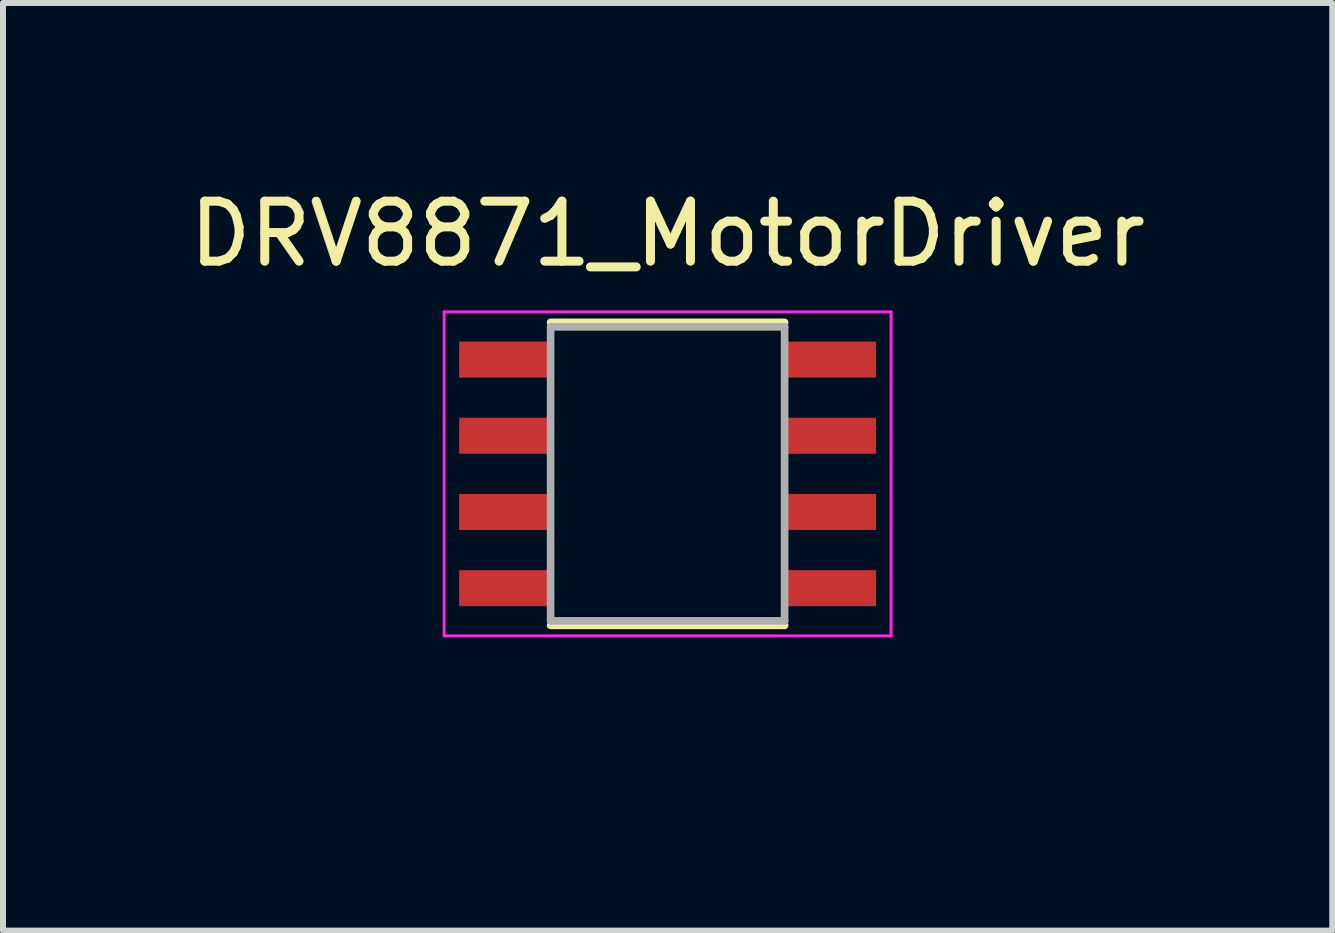
<source format=kicad_pcb>
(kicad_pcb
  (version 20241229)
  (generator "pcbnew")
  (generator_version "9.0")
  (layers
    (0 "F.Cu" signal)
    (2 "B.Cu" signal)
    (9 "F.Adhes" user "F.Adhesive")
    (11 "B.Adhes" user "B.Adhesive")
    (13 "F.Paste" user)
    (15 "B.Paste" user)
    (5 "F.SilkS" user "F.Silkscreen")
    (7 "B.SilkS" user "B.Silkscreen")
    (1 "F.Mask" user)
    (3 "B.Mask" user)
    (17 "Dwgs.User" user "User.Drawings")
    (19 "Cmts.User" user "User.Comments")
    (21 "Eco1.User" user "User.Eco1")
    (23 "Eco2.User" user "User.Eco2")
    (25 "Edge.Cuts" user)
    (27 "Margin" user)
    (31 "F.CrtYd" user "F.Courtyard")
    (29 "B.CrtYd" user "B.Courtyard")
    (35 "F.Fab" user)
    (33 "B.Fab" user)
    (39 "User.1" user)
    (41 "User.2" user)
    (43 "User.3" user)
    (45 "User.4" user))
  (footprint "DRV8871_MotorDriver"
    (layer "F.Cu")
    (at 8.077 4.848)
    (property "Reference" "DRV8871_MotorDriver" (at 0 -4 0) (layer "F.SilkS") (effects (font (size 1 1) (thickness 0.15))))
    (attr through_hole)
    (fp_poly (pts (xy -1.905 -1.535) (xy -3.495 -1.535) (xy -3.498 -1.535) (xy -3.5 -1.535) (xy -3.503 -1.536) (xy -3.505 -1.536) (xy -3.508 -1.537) (xy -3.51 -1.537) (xy -3.513 -1.538) (xy -3.515 -1.539) (xy -3.518 -1.54) (xy -3.52 -1.542) (xy -3.522 -1.543) (xy -3.524 -1.545) (xy -3.526 -1.546) (xy -3.528 -1.548) (xy -3.53 -1.55) (xy -3.532 -1.552) (xy -3.534 -1.554) (xy -3.535 -1.556) (xy -3.537 -1.558) (xy -3.538 -1.56) (xy -3.54 -1.562) (xy -3.541 -1.565) (xy -3.542 -1.567) (xy -3.543 -1.57) (xy -3.543 -1.572) (xy -3.544 -1.575) (xy -3.544 -1.577) (xy -3.545 -1.58) (xy -3.545 -1.582) (xy -3.545 -1.585) (xy -3.545 -2.225) (xy -3.545 -2.228) (xy -3.545 -2.23) (xy -3.544 -2.233) (xy -3.544 -2.235) (xy -3.543 -2.238) (xy -3.543 -2.24) (xy -3.542 -2.243) (xy -3.541 -2.245) (xy -3.54 -2.248) (xy -3.538 -2.25) (xy -3.537 -2.252) (xy -3.535 -2.254) (xy -3.534 -2.256) (xy -3.532 -2.258) (xy -3.53 -2.26) (xy -3.528 -2.262) (xy -3.526 -2.264) (xy -3.524 -2.265) (xy -3.522 -2.267) (xy -3.52 -2.268) (xy -3.518 -2.27) (xy -3.515 -2.271) (xy -3.513 -2.272) (xy -3.51 -2.273) (xy -3.508 -2.273) (xy -3.505 -2.274) (xy -3.503 -2.274) (xy -3.5 -2.275) (xy -3.498 -2.275) (xy -3.495 -2.275) (xy -1.905 -2.275) (xy -1.902 -2.275) (xy -1.9 -2.275) (xy -1.897 -2.274) (xy -1.895 -2.274) (xy -1.892 -2.273) (xy -1.89 -2.273) (xy -1.887 -2.272) (xy -1.885 -2.271) (xy -1.882 -2.27) (xy -1.88 -2.268) (xy -1.878 -2.267) (xy -1.876 -2.265) (xy -1.874 -2.264) (xy -1.872 -2.262) (xy -1.87 -2.26) (xy -1.868 -2.258) (xy -1.866 -2.256) (xy -1.865 -2.254) (xy -1.863 -2.252) (xy -1.862 -2.25) (xy -1.86 -2.248) (xy -1.859 -2.245) (xy -1.858 -2.243) (xy -1.857 -2.24) (xy -1.857 -2.238) (xy -1.856 -2.235) (xy -1.856 -2.233) (xy -1.855 -2.23) (xy -1.855 -2.228) (xy -1.855 -2.225) (xy -1.855 -1.585) (xy -1.855 -1.582) (xy -1.855 -1.58) (xy -1.856 -1.577) (xy -1.856 -1.575) (xy -1.857 -1.572) (xy -1.857 -1.57) (xy -1.858 -1.567) (xy -1.859 -1.565) (xy -1.86 -1.562) (xy -1.862 -1.56) (xy -1.863 -1.558) (xy -1.865 -1.556) (xy -1.866 -1.554) (xy -1.868 -1.552) (xy -1.87 -1.55) (xy -1.872 -1.548) (xy -1.874 -1.546) (xy -1.876 -1.545) (xy -1.878 -1.543) (xy -1.88 -1.542) (xy -1.882 -1.54) (xy -1.885 -1.539) (xy -1.887 -1.538) (xy -1.89 -1.537) (xy -1.892 -1.537) (xy -1.895 -1.536) (xy -1.897 -1.536) (xy -1.9 -1.535) (xy -1.902 -1.535) (xy -1.905 -1.535)) (stroke (width 0.01) (type solid)) (fill yes) (layer "F.Mask"))
    (fp_poly (pts (xy -1.905 -0.265) (xy -3.495 -0.265) (xy -3.498 -0.265) (xy -3.5 -0.265) (xy -3.503 -0.266) (xy -3.505 -0.266) (xy -3.508 -0.267) (xy -3.51 -0.267) (xy -3.513 -0.268) (xy -3.515 -0.269) (xy -3.518 -0.27) (xy -3.52 -0.272) (xy -3.522 -0.273) (xy -3.524 -0.275) (xy -3.526 -0.276) (xy -3.528 -0.278) (xy -3.53 -0.28) (xy -3.532 -0.282) (xy -3.534 -0.284) (xy -3.535 -0.286) (xy -3.537 -0.288) (xy -3.538 -0.29) (xy -3.54 -0.292) (xy -3.541 -0.295) (xy -3.542 -0.297) (xy -3.543 -0.3) (xy -3.543 -0.302) (xy -3.544 -0.305) (xy -3.544 -0.307) (xy -3.545 -0.31) (xy -3.545 -0.312) (xy -3.545 -0.315) (xy -3.545 -0.955) (xy -3.545 -0.958) (xy -3.545 -0.96) (xy -3.544 -0.963) (xy -3.544 -0.965) (xy -3.543 -0.968) (xy -3.543 -0.97) (xy -3.542 -0.973) (xy -3.541 -0.975) (xy -3.54 -0.978) (xy -3.538 -0.98) (xy -3.537 -0.982) (xy -3.535 -0.984) (xy -3.534 -0.986) (xy -3.532 -0.988) (xy -3.53 -0.99) (xy -3.528 -0.992) (xy -3.526 -0.994) (xy -3.524 -0.995) (xy -3.522 -0.997) (xy -3.52 -0.998) (xy -3.518 -1) (xy -3.515 -1.001) (xy -3.513 -1.002) (xy -3.51 -1.003) (xy -3.508 -1.003) (xy -3.505 -1.004) (xy -3.503 -1.004) (xy -3.5 -1.005) (xy -3.498 -1.005) (xy -3.495 -1.005) (xy -1.905 -1.005) (xy -1.902 -1.005) (xy -1.9 -1.005) (xy -1.897 -1.004) (xy -1.895 -1.004) (xy -1.892 -1.003) (xy -1.89 -1.003) (xy -1.887 -1.002) (xy -1.885 -1.001) (xy -1.882 -1) (xy -1.88 -0.998) (xy -1.878 -0.997) (xy -1.876 -0.995) (xy -1.874 -0.994) (xy -1.872 -0.992) (xy -1.87 -0.99) (xy -1.868 -0.988) (xy -1.866 -0.986) (xy -1.865 -0.984) (xy -1.863 -0.982) (xy -1.862 -0.98) (xy -1.86 -0.978) (xy -1.859 -0.975) (xy -1.858 -0.973) (xy -1.857 -0.97) (xy -1.857 -0.968) (xy -1.856 -0.965) (xy -1.856 -0.963) (xy -1.855 -0.96) (xy -1.855 -0.958) (xy -1.855 -0.955) (xy -1.855 -0.315) (xy -1.855 -0.312) (xy -1.855 -0.31) (xy -1.856 -0.307) (xy -1.856 -0.305) (xy -1.857 -0.302) (xy -1.857 -0.3) (xy -1.858 -0.297) (xy -1.859 -0.295) (xy -1.86 -0.292) (xy -1.862 -0.29) (xy -1.863 -0.288) (xy -1.865 -0.286) (xy -1.866 -0.284) (xy -1.868 -0.282) (xy -1.87 -0.28) (xy -1.872 -0.278) (xy -1.874 -0.276) (xy -1.876 -0.275) (xy -1.878 -0.273) (xy -1.88 -0.272) (xy -1.882 -0.27) (xy -1.885 -0.269) (xy -1.887 -0.268) (xy -1.89 -0.267) (xy -1.892 -0.267) (xy -1.895 -0.266) (xy -1.897 -0.266) (xy -1.9 -0.265) (xy -1.902 -0.265) (xy -1.905 -0.265)) (stroke (width 0.01) (type solid)) (fill yes) (layer "F.Mask"))
    (fp_poly (pts (xy -1.905 1.005) (xy -3.495 1.005) (xy -3.498 1.005) (xy -3.5 1.005) (xy -3.503 1.004) (xy -3.505 1.004) (xy -3.508 1.003) (xy -3.51 1.003) (xy -3.513 1.002) (xy -3.515 1.001) (xy -3.518 1) (xy -3.52 0.998) (xy -3.522 0.997) (xy -3.524 0.995) (xy -3.526 0.994) (xy -3.528 0.992) (xy -3.53 0.99) (xy -3.532 0.988) (xy -3.534 0.986) (xy -3.535 0.984) (xy -3.537 0.982) (xy -3.538 0.98) (xy -3.54 0.978) (xy -3.541 0.975) (xy -3.542 0.973) (xy -3.543 0.97) (xy -3.543 0.968) (xy -3.544 0.965) (xy -3.544 0.963) (xy -3.545 0.96) (xy -3.545 0.958) (xy -3.545 0.955) (xy -3.545 0.315) (xy -3.545 0.312) (xy -3.545 0.31) (xy -3.544 0.307) (xy -3.544 0.305) (xy -3.543 0.302) (xy -3.543 0.3) (xy -3.542 0.297) (xy -3.541 0.295) (xy -3.54 0.292) (xy -3.538 0.29) (xy -3.537 0.288) (xy -3.535 0.286) (xy -3.534 0.284) (xy -3.532 0.282) (xy -3.53 0.28) (xy -3.528 0.278) (xy -3.526 0.276) (xy -3.524 0.275) (xy -3.522 0.273) (xy -3.52 0.272) (xy -3.518 0.27) (xy -3.515 0.269) (xy -3.513 0.268) (xy -3.51 0.267) (xy -3.508 0.267) (xy -3.505 0.266) (xy -3.503 0.266) (xy -3.5 0.265) (xy -3.498 0.265) (xy -3.495 0.265) (xy -1.905 0.265) (xy -1.902 0.265) (xy -1.9 0.265) (xy -1.897 0.266) (xy -1.895 0.266) (xy -1.892 0.267) (xy -1.89 0.267) (xy -1.887 0.268) (xy -1.885 0.269) (xy -1.882 0.27) (xy -1.88 0.272) (xy -1.878 0.273) (xy -1.876 0.275) (xy -1.874 0.276) (xy -1.872 0.278) (xy -1.87 0.28) (xy -1.868 0.282) (xy -1.866 0.284) (xy -1.865 0.286) (xy -1.863 0.288) (xy -1.862 0.29) (xy -1.86 0.292) (xy -1.859 0.295) (xy -1.858 0.297) (xy -1.857 0.3) (xy -1.857 0.302) (xy -1.856 0.305) (xy -1.856 0.307) (xy -1.855 0.31) (xy -1.855 0.312) (xy -1.855 0.315) (xy -1.855 0.955) (xy -1.855 0.958) (xy -1.855 0.96) (xy -1.856 0.963) (xy -1.856 0.965) (xy -1.857 0.968) (xy -1.857 0.97) (xy -1.858 0.973) (xy -1.859 0.975) (xy -1.86 0.978) (xy -1.862 0.98) (xy -1.863 0.982) (xy -1.865 0.984) (xy -1.866 0.986) (xy -1.868 0.988) (xy -1.87 0.99) (xy -1.872 0.992) (xy -1.874 0.994) (xy -1.876 0.995) (xy -1.878 0.997) (xy -1.88 0.998) (xy -1.882 1) (xy -1.885 1.001) (xy -1.887 1.002) (xy -1.89 1.003) (xy -1.892 1.003) (xy -1.895 1.004) (xy -1.897 1.004) (xy -1.9 1.005) (xy -1.902 1.005) (xy -1.905 1.005)) (stroke (width 0.01) (type solid)) (fill yes) (layer "F.Mask"))
    (fp_poly (pts (xy -1.905 2.275) (xy -3.495 2.275) (xy -3.498 2.275) (xy -3.5 2.275) (xy -3.503 2.274) (xy -3.505 2.274) (xy -3.508 2.273) (xy -3.51 2.273) (xy -3.513 2.272) (xy -3.515 2.271) (xy -3.518 2.27) (xy -3.52 2.268) (xy -3.522 2.267) (xy -3.524 2.265) (xy -3.526 2.264) (xy -3.528 2.262) (xy -3.53 2.26) (xy -3.532 2.258) (xy -3.534 2.256) (xy -3.535 2.254) (xy -3.537 2.252) (xy -3.538 2.25) (xy -3.54 2.248) (xy -3.541 2.245) (xy -3.542 2.243) (xy -3.543 2.24) (xy -3.543 2.238) (xy -3.544 2.235) (xy -3.544 2.233) (xy -3.545 2.23) (xy -3.545 2.228) (xy -3.545 2.225) (xy -3.545 1.585) (xy -3.545 1.582) (xy -3.545 1.58) (xy -3.544 1.577) (xy -3.544 1.575) (xy -3.543 1.572) (xy -3.543 1.57) (xy -3.542 1.567) (xy -3.541 1.565) (xy -3.54 1.562) (xy -3.538 1.56) (xy -3.537 1.558) (xy -3.535 1.556) (xy -3.534 1.554) (xy -3.532 1.552) (xy -3.53 1.55) (xy -3.528 1.548) (xy -3.526 1.546) (xy -3.524 1.545) (xy -3.522 1.543) (xy -3.52 1.542) (xy -3.518 1.54) (xy -3.515 1.539) (xy -3.513 1.538) (xy -3.51 1.537) (xy -3.508 1.537) (xy -3.505 1.536) (xy -3.503 1.536) (xy -3.5 1.535) (xy -3.498 1.535) (xy -3.495 1.535) (xy -1.905 1.535) (xy -1.902 1.535) (xy -1.9 1.535) (xy -1.897 1.536) (xy -1.895 1.536) (xy -1.892 1.537) (xy -1.89 1.537) (xy -1.887 1.538) (xy -1.885 1.539) (xy -1.882 1.54) (xy -1.88 1.542) (xy -1.878 1.543) (xy -1.876 1.545) (xy -1.874 1.546) (xy -1.872 1.548) (xy -1.87 1.55) (xy -1.868 1.552) (xy -1.866 1.554) (xy -1.865 1.556) (xy -1.863 1.558) (xy -1.862 1.56) (xy -1.86 1.562) (xy -1.859 1.565) (xy -1.858 1.567) (xy -1.857 1.57) (xy -1.857 1.572) (xy -1.856 1.575) (xy -1.856 1.577) (xy -1.855 1.58) (xy -1.855 1.582) (xy -1.855 1.585) (xy -1.855 2.225) (xy -1.855 2.228) (xy -1.855 2.23) (xy -1.856 2.233) (xy -1.856 2.235) (xy -1.857 2.238) (xy -1.857 2.24) (xy -1.858 2.243) (xy -1.859 2.245) (xy -1.86 2.248) (xy -1.862 2.25) (xy -1.863 2.252) (xy -1.865 2.254) (xy -1.866 2.256) (xy -1.868 2.258) (xy -1.87 2.26) (xy -1.872 2.262) (xy -1.874 2.264) (xy -1.876 2.265) (xy -1.878 2.267) (xy -1.88 2.268) (xy -1.882 2.27) (xy -1.885 2.271) (xy -1.887 2.272) (xy -1.89 2.273) (xy -1.892 2.273) (xy -1.895 2.274) (xy -1.897 2.274) (xy -1.9 2.275) (xy -1.902 2.275) (xy -1.905 2.275)) (stroke (width 0.01) (type solid)) (fill yes) (layer "F.Mask"))
    (fp_poly (pts (xy 3.495 -1.535) (xy 1.905 -1.535) (xy 1.902 -1.535) (xy 1.9 -1.535) (xy 1.897 -1.536) (xy 1.895 -1.536) (xy 1.892 -1.537) (xy 1.89 -1.537) (xy 1.887 -1.538) (xy 1.885 -1.539) (xy 1.882 -1.54) (xy 1.88 -1.542) (xy 1.878 -1.543) (xy 1.876 -1.545) (xy 1.874 -1.546) (xy 1.872 -1.548) (xy 1.87 -1.55) (xy 1.868 -1.552) (xy 1.866 -1.554) (xy 1.865 -1.556) (xy 1.863 -1.558) (xy 1.862 -1.56) (xy 1.86 -1.562) (xy 1.859 -1.565) (xy 1.858 -1.567) (xy 1.857 -1.57) (xy 1.857 -1.572) (xy 1.856 -1.575) (xy 1.856 -1.577) (xy 1.855 -1.58) (xy 1.855 -1.582) (xy 1.855 -1.585) (xy 1.855 -2.225) (xy 1.855 -2.228) (xy 1.855 -2.23) (xy 1.856 -2.233) (xy 1.856 -2.235) (xy 1.857 -2.238) (xy 1.857 -2.24) (xy 1.858 -2.243) (xy 1.859 -2.245) (xy 1.86 -2.248) (xy 1.862 -2.25) (xy 1.863 -2.252) (xy 1.865 -2.254) (xy 1.866 -2.256) (xy 1.868 -2.258) (xy 1.87 -2.26) (xy 1.872 -2.262) (xy 1.874 -2.264) (xy 1.876 -2.265) (xy 1.878 -2.267) (xy 1.88 -2.268) (xy 1.882 -2.27) (xy 1.885 -2.271) (xy 1.887 -2.272) (xy 1.89 -2.273) (xy 1.892 -2.273) (xy 1.895 -2.274) (xy 1.897 -2.274) (xy 1.9 -2.275) (xy 1.902 -2.275) (xy 1.905 -2.275) (xy 3.495 -2.275) (xy 3.498 -2.275) (xy 3.5 -2.275) (xy 3.503 -2.274) (xy 3.505 -2.274) (xy 3.508 -2.273) (xy 3.51 -2.273) (xy 3.513 -2.272) (xy 3.515 -2.271) (xy 3.518 -2.27) (xy 3.52 -2.268) (xy 3.522 -2.267) (xy 3.524 -2.265) (xy 3.526 -2.264) (xy 3.528 -2.262) (xy 3.53 -2.26) (xy 3.532 -2.258) (xy 3.534 -2.256) (xy 3.535 -2.254) (xy 3.537 -2.252) (xy 3.538 -2.25) (xy 3.54 -2.248) (xy 3.541 -2.245) (xy 3.542 -2.243) (xy 3.543 -2.24) (xy 3.543 -2.238) (xy 3.544 -2.235) (xy 3.544 -2.233) (xy 3.545 -2.23) (xy 3.545 -2.228) (xy 3.545 -2.225) (xy 3.545 -1.585) (xy 3.545 -1.582) (xy 3.545 -1.58) (xy 3.544 -1.577) (xy 3.544 -1.575) (xy 3.543 -1.572) (xy 3.543 -1.57) (xy 3.542 -1.567) (xy 3.541 -1.565) (xy 3.54 -1.562) (xy 3.538 -1.56) (xy 3.537 -1.558) (xy 3.535 -1.556) (xy 3.534 -1.554) (xy 3.532 -1.552) (xy 3.53 -1.55) (xy 3.528 -1.548) (xy 3.526 -1.546) (xy 3.524 -1.545) (xy 3.522 -1.543) (xy 3.52 -1.542) (xy 3.518 -1.54) (xy 3.515 -1.539) (xy 3.513 -1.538) (xy 3.51 -1.537) (xy 3.508 -1.537) (xy 3.505 -1.536) (xy 3.503 -1.536) (xy 3.5 -1.535) (xy 3.498 -1.535) (xy 3.495 -1.535)) (stroke (width 0.01) (type solid)) (fill yes) (layer "F.Mask"))
    (fp_poly (pts (xy 3.495 -0.265) (xy 1.905 -0.265) (xy 1.902 -0.265) (xy 1.9 -0.265) (xy 1.897 -0.266) (xy 1.895 -0.266) (xy 1.892 -0.267) (xy 1.89 -0.267) (xy 1.887 -0.268) (xy 1.885 -0.269) (xy 1.882 -0.27) (xy 1.88 -0.272) (xy 1.878 -0.273) (xy 1.876 -0.275) (xy 1.874 -0.276) (xy 1.872 -0.278) (xy 1.87 -0.28) (xy 1.868 -0.282) (xy 1.866 -0.284) (xy 1.865 -0.286) (xy 1.863 -0.288) (xy 1.862 -0.29) (xy 1.86 -0.292) (xy 1.859 -0.295) (xy 1.858 -0.297) (xy 1.857 -0.3) (xy 1.857 -0.302) (xy 1.856 -0.305) (xy 1.856 -0.307) (xy 1.855 -0.31) (xy 1.855 -0.312) (xy 1.855 -0.315) (xy 1.855 -0.955) (xy 1.855 -0.958) (xy 1.855 -0.96) (xy 1.856 -0.963) (xy 1.856 -0.965) (xy 1.857 -0.968) (xy 1.857 -0.97) (xy 1.858 -0.973) (xy 1.859 -0.975) (xy 1.86 -0.978) (xy 1.862 -0.98) (xy 1.863 -0.982) (xy 1.865 -0.984) (xy 1.866 -0.986) (xy 1.868 -0.988) (xy 1.87 -0.99) (xy 1.872 -0.992) (xy 1.874 -0.994) (xy 1.876 -0.995) (xy 1.878 -0.997) (xy 1.88 -0.998) (xy 1.882 -1) (xy 1.885 -1.001) (xy 1.887 -1.002) (xy 1.89 -1.003) (xy 1.892 -1.003) (xy 1.895 -1.004) (xy 1.897 -1.004) (xy 1.9 -1.005) (xy 1.902 -1.005) (xy 1.905 -1.005) (xy 3.495 -1.005) (xy 3.498 -1.005) (xy 3.5 -1.005) (xy 3.503 -1.004) (xy 3.505 -1.004) (xy 3.508 -1.003) (xy 3.51 -1.003) (xy 3.513 -1.002) (xy 3.515 -1.001) (xy 3.518 -1) (xy 3.52 -0.998) (xy 3.522 -0.997) (xy 3.524 -0.995) (xy 3.526 -0.994) (xy 3.528 -0.992) (xy 3.53 -0.99) (xy 3.532 -0.988) (xy 3.534 -0.986) (xy 3.535 -0.984) (xy 3.537 -0.982) (xy 3.538 -0.98) (xy 3.54 -0.978) (xy 3.541 -0.975) (xy 3.542 -0.973) (xy 3.543 -0.97) (xy 3.543 -0.968) (xy 3.544 -0.965) (xy 3.544 -0.963) (xy 3.545 -0.96) (xy 3.545 -0.958) (xy 3.545 -0.955) (xy 3.545 -0.315) (xy 3.545 -0.312) (xy 3.545 -0.31) (xy 3.544 -0.307) (xy 3.544 -0.305) (xy 3.543 -0.302) (xy 3.543 -0.3) (xy 3.542 -0.297) (xy 3.541 -0.295) (xy 3.54 -0.292) (xy 3.538 -0.29) (xy 3.537 -0.288) (xy 3.535 -0.286) (xy 3.534 -0.284) (xy 3.532 -0.282) (xy 3.53 -0.28) (xy 3.528 -0.278) (xy 3.526 -0.276) (xy 3.524 -0.275) (xy 3.522 -0.273) (xy 3.52 -0.272) (xy 3.518 -0.27) (xy 3.515 -0.269) (xy 3.513 -0.268) (xy 3.51 -0.267) (xy 3.508 -0.267) (xy 3.505 -0.266) (xy 3.503 -0.266) (xy 3.5 -0.265) (xy 3.498 -0.265) (xy 3.495 -0.265)) (stroke (width 0.01) (type solid)) (fill yes) (layer "F.Mask"))
    (fp_poly (pts (xy 3.495 1.005) (xy 1.905 1.005) (xy 1.902 1.005) (xy 1.9 1.005) (xy 1.897 1.004) (xy 1.895 1.004) (xy 1.892 1.003) (xy 1.89 1.003) (xy 1.887 1.002) (xy 1.885 1.001) (xy 1.882 1) (xy 1.88 0.998) (xy 1.878 0.997) (xy 1.876 0.995) (xy 1.874 0.994) (xy 1.872 0.992) (xy 1.87 0.99) (xy 1.868 0.988) (xy 1.866 0.986) (xy 1.865 0.984) (xy 1.863 0.982) (xy 1.862 0.98) (xy 1.86 0.978) (xy 1.859 0.975) (xy 1.858 0.973) (xy 1.857 0.97) (xy 1.857 0.968) (xy 1.856 0.965) (xy 1.856 0.963) (xy 1.855 0.96) (xy 1.855 0.958) (xy 1.855 0.955) (xy 1.855 0.315) (xy 1.855 0.312) (xy 1.855 0.31) (xy 1.856 0.307) (xy 1.856 0.305) (xy 1.857 0.302) (xy 1.857 0.3) (xy 1.858 0.297) (xy 1.859 0.295) (xy 1.86 0.292) (xy 1.862 0.29) (xy 1.863 0.288) (xy 1.865 0.286) (xy 1.866 0.284) (xy 1.868 0.282) (xy 1.87 0.28) (xy 1.872 0.278) (xy 1.874 0.276) (xy 1.876 0.275) (xy 1.878 0.273) (xy 1.88 0.272) (xy 1.882 0.27) (xy 1.885 0.269) (xy 1.887 0.268) (xy 1.89 0.267) (xy 1.892 0.267) (xy 1.895 0.266) (xy 1.897 0.266) (xy 1.9 0.265) (xy 1.902 0.265) (xy 1.905 0.265) (xy 3.495 0.265) (xy 3.498 0.265) (xy 3.5 0.265) (xy 3.503 0.266) (xy 3.505 0.266) (xy 3.508 0.267) (xy 3.51 0.267) (xy 3.513 0.268) (xy 3.515 0.269) (xy 3.518 0.27) (xy 3.52 0.272) (xy 3.522 0.273) (xy 3.524 0.275) (xy 3.526 0.276) (xy 3.528 0.278) (xy 3.53 0.28) (xy 3.532 0.282) (xy 3.534 0.284) (xy 3.535 0.286) (xy 3.537 0.288) (xy 3.538 0.29) (xy 3.54 0.292) (xy 3.541 0.295) (xy 3.542 0.297) (xy 3.543 0.3) (xy 3.543 0.302) (xy 3.544 0.305) (xy 3.544 0.307) (xy 3.545 0.31) (xy 3.545 0.312) (xy 3.545 0.315) (xy 3.545 0.955) (xy 3.545 0.958) (xy 3.545 0.96) (xy 3.544 0.963) (xy 3.544 0.965) (xy 3.543 0.968) (xy 3.543 0.97) (xy 3.542 0.973) (xy 3.541 0.975) (xy 3.54 0.978) (xy 3.538 0.98) (xy 3.537 0.982) (xy 3.535 0.984) (xy 3.534 0.986) (xy 3.532 0.988) (xy 3.53 0.99) (xy 3.528 0.992) (xy 3.526 0.994) (xy 3.524 0.995) (xy 3.522 0.997) (xy 3.52 0.998) (xy 3.518 1) (xy 3.515 1.001) (xy 3.513 1.002) (xy 3.51 1.003) (xy 3.508 1.003) (xy 3.505 1.004) (xy 3.503 1.004) (xy 3.5 1.005) (xy 3.498 1.005) (xy 3.495 1.005)) (stroke (width 0.01) (type solid)) (fill yes) (layer "F.Mask"))
    (fp_poly (pts (xy 3.495 2.275) (xy 1.905 2.275) (xy 1.902 2.275) (xy 1.9 2.275) (xy 1.897 2.274) (xy 1.895 2.274) (xy 1.892 2.273) (xy 1.89 2.273) (xy 1.887 2.272) (xy 1.885 2.271) (xy 1.882 2.27) (xy 1.88 2.268) (xy 1.878 2.267) (xy 1.876 2.265) (xy 1.874 2.264) (xy 1.872 2.262) (xy 1.87 2.26) (xy 1.868 2.258) (xy 1.866 2.256) (xy 1.865 2.254) (xy 1.863 2.252) (xy 1.862 2.25) (xy 1.86 2.248) (xy 1.859 2.245) (xy 1.858 2.243) (xy 1.857 2.24) (xy 1.857 2.238) (xy 1.856 2.235) (xy 1.856 2.233) (xy 1.855 2.23) (xy 1.855 2.228) (xy 1.855 2.225) (xy 1.855 1.585) (xy 1.855 1.582) (xy 1.855 1.58) (xy 1.856 1.577) (xy 1.856 1.575) (xy 1.857 1.572) (xy 1.857 1.57) (xy 1.858 1.567) (xy 1.859 1.565) (xy 1.86 1.562) (xy 1.862 1.56) (xy 1.863 1.558) (xy 1.865 1.556) (xy 1.866 1.554) (xy 1.868 1.552) (xy 1.87 1.55) (xy 1.872 1.548) (xy 1.874 1.546) (xy 1.876 1.545) (xy 1.878 1.543) (xy 1.88 1.542) (xy 1.882 1.54) (xy 1.885 1.539) (xy 1.887 1.538) (xy 1.89 1.537) (xy 1.892 1.537) (xy 1.895 1.536) (xy 1.897 1.536) (xy 1.9 1.535) (xy 1.902 1.535) (xy 1.905 1.535) (xy 3.495 1.535) (xy 3.498 1.535) (xy 3.5 1.535) (xy 3.503 1.536) (xy 3.505 1.536) (xy 3.508 1.537) (xy 3.51 1.537) (xy 3.513 1.538) (xy 3.515 1.539) (xy 3.518 1.54) (xy 3.52 1.542) (xy 3.522 1.543) (xy 3.524 1.545) (xy 3.526 1.546) (xy 3.528 1.548) (xy 3.53 1.55) (xy 3.532 1.552) (xy 3.534 1.554) (xy 3.535 1.556) (xy 3.537 1.558) (xy 3.538 1.56) (xy 3.54 1.562) (xy 3.541 1.565) (xy 3.542 1.567) (xy 3.543 1.57) (xy 3.543 1.572) (xy 3.544 1.575) (xy 3.544 1.577) (xy 3.545 1.58) (xy 3.545 1.582) (xy 3.545 1.585) (xy 3.545 2.225) (xy 3.545 2.228) (xy 3.545 2.23) (xy 3.544 2.233) (xy 3.544 2.235) (xy 3.543 2.238) (xy 3.543 2.24) (xy 3.542 2.243) (xy 3.541 2.245) (xy 3.54 2.248) (xy 3.538 2.25) (xy 3.537 2.252) (xy 3.535 2.254) (xy 3.534 2.256) (xy 3.532 2.258) (xy 3.53 2.26) (xy 3.528 2.262) (xy 3.526 2.264) (xy 3.524 2.265) (xy 3.522 2.267) (xy 3.52 2.268) (xy 3.518 2.27) (xy 3.515 2.271) (xy 3.513 2.272) (xy 3.51 2.273) (xy 3.508 2.273) (xy 3.505 2.274) (xy 3.503 2.274) (xy 3.5 2.275) (xy 3.498 2.275) (xy 3.495 2.275)) (stroke (width 0.01) (type solid)) (fill yes) (layer "F.Mask"))
    (fp_line (start -1.95 -2.525) (end 1.95 -2.525) (stroke (width 0.127) (type solid)) (layer "F.SilkS"))
    (fp_line (start -1.95 2.525) (end 1.95 2.525) (stroke (width 0.127) (type solid)) (layer "F.SilkS"))
    (fp_line (start -3.725 -2.7) (end -3.725 2.7) (stroke (width 0.05) (type solid)) (layer "F.CrtYd"))
    (fp_line (start -3.725 -2.7) (end 3.725 -2.7) (stroke (width 0.05) (type solid)) (layer "F.CrtYd"))
    (fp_line (start -3.725 2.7) (end 3.725 2.7) (stroke (width 0.05) (type solid)) (layer "F.CrtYd"))
    (fp_line (start 3.725 -2.7) (end 3.725 2.7) (stroke (width 0.05) (type solid)) (layer "F.CrtYd"))
    (fp_line (start -1.95 -2.45) (end -1.95 2.45) (stroke (width 0.127) (type solid)) (layer "F.Fab"))
    (fp_line (start -1.95 -2.45) (end 1.95 -2.45) (stroke (width 0.127) (type solid)) (layer "F.Fab"))
    (fp_line (start -1.95 2.45) (end 1.95 2.45) (stroke (width 0.127) (type solid)) (layer "F.Fab"))
    (fp_line (start 1.95 -2.45) (end 1.95 2.45) (stroke (width 0.127) (type solid)) (layer "F.Fab"))
    (fp_text user " " (at 0.5 4 0) (layer "F.Fab") (effects (font (size 1 1) (thickness 0.015))))
    (pad "1" smd rect (at -2.7 -1.905) (size 1.55 0.6) (layers "F.Cu" "F.Paste"))
    (pad "2" smd rect (at -2.7 -0.635) (size 1.55 0.6) (layers "F.Cu" "F.Paste"))
    (pad "3" smd rect (at -2.7 0.635) (size 1.55 0.6) (layers "F.Cu" "F.Paste"))
    (pad "4" smd rect (at -2.7 1.905) (size 1.55 0.6) (layers "F.Cu" "F.Paste"))
    (pad "5" smd rect (at 2.7 1.905) (size 1.55 0.6) (layers "F.Cu" "F.Paste"))
    (pad "6" smd rect (at 2.7 0.635) (size 1.55 0.6) (layers "F.Cu" "F.Paste"))
    (pad "7" smd rect (at 2.7 -0.635) (size 1.55 0.6) (layers "F.Cu" "F.Paste"))
    (pad "8" smd rect (at 2.7 -1.905) (size 1.55 0.6) (layers "F.Cu" "F.Paste")))
  (gr_rect
    (start -3 -3)
    (end 19.155 12.46)
    (stroke (width 0.1) (type default))
    (fill no)
    (layer "Edge.Cuts")))
</source>
